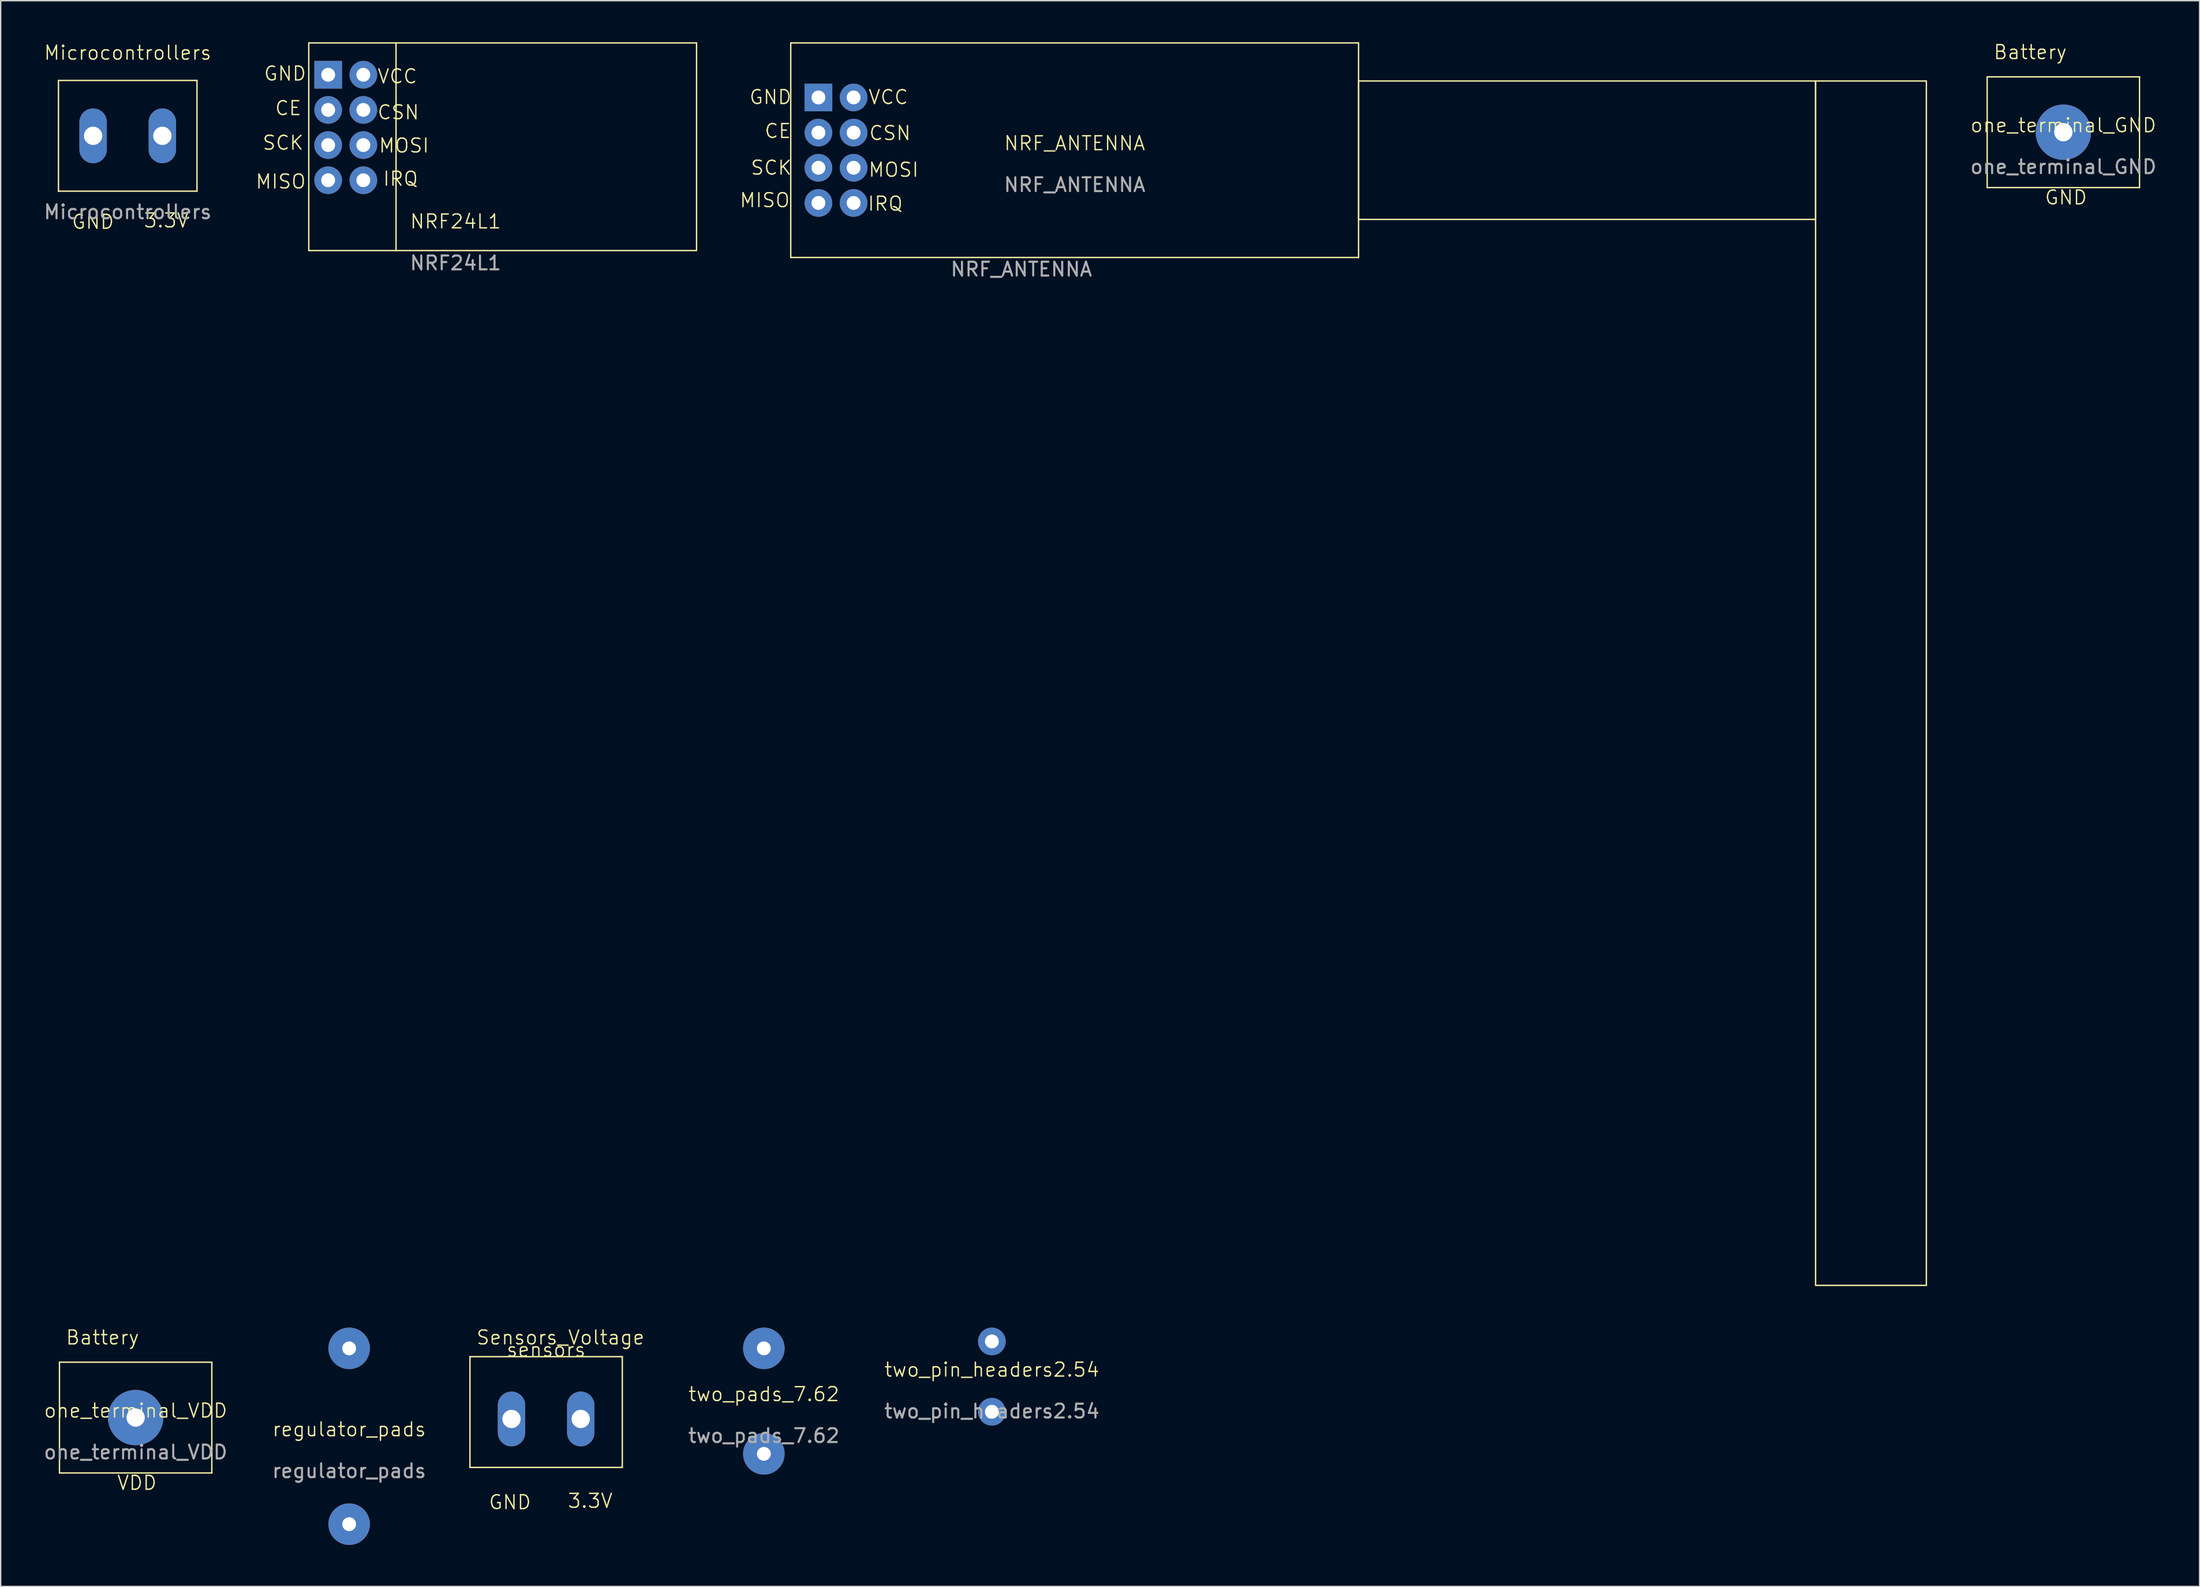
<source format=kicad_pcb>
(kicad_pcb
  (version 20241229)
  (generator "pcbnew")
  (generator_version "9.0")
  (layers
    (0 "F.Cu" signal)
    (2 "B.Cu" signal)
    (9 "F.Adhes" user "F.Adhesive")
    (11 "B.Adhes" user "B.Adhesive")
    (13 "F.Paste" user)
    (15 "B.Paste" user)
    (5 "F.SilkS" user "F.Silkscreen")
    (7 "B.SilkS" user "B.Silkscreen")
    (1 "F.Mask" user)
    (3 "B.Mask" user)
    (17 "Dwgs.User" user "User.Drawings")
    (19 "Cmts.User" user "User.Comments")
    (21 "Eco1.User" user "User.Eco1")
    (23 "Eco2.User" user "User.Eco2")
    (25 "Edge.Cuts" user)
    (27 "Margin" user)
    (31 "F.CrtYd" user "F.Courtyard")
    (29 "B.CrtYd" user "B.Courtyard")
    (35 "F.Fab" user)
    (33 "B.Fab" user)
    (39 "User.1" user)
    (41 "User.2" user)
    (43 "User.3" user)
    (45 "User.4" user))
  (footprint "regulator_pads"
    (layer "F.Cu")
    (at 22.161 100.7)
    (property "Reference" "regulator_pads" (at 0 -0.5 0) (unlocked yes) (layer "F.SilkS") (effects (font (size 1 1) (thickness 0.1))))
    (attr smd)
    (fp_text user "${REFERENCE}" (at 0 2.5 0) (unlocked yes) (layer "F.Fab") (effects (font (size 1 1) (thickness 0.15))))
    (pad "1" thru_hole circle (at 0 -6.35) (size 3 3) (drill 1) (layers "*.Cu" "*.Mask"))
    (pad "2" thru_hole circle (at 0 6.35) (size 3 3) (drill 1) (layers "*.Cu" "*.Mask")))
  (footprint "NRF_ANTENNA"
    (layer "F.Cu")
    (at 74.545 7.8)
    (property "Reference" "NRF_ANTENNA" (at 0 -0.5 0) (unlocked yes) (layer "F.SilkS") (effects (font (size 1 1) (thickness 0.1))))
    (attr through_hole)
    (fp_line (start -20.5 -7.75) (end -20.5 7.75) (stroke (width 0.1) (type default)) (layer "F.SilkS"))
    (fp_line (start -20.5 -7.75) (end 20.5 -7.75) (stroke (width 0.1) (type default)) (layer "F.SilkS"))
    (fp_line (start -20.5 7.75) (end 20.5 7.75) (stroke (width 0.1) (type default)) (layer "F.SilkS"))
    (fp_line (start 20.5 7.75) (end 20.5 -7.75) (stroke (width 0.1) (type default)) (layer "F.SilkS"))
    (fp_rect (start 20.5 -5) (end 53.5 5) (stroke (width 0.1) (type default)) (fill no) (layer "F.SilkS"))
    (fp_rect (start 53.5 -5) (end 61.5 82) (stroke (width 0.1) (type default)) (fill no) (layer "F.SilkS"))
    (fp_text user "CSN" (at -14.9 -0.65 0) (unlocked yes) (layer "F.SilkS") (effects (font (size 1 1) (thickness 0.1)) (justify left bottom)))
    (fp_text user "GND" (at -23.55 -3.25 0) (unlocked yes) (layer "F.SilkS") (effects (font (size 1 1) (thickness 0.1)) (justify left bottom)))
    (fp_text user "CE" (at -22.45 -0.8 0) (unlocked yes) (layer "F.SilkS") (effects (font (size 1 1) (thickness 0.1)) (justify left bottom)))
    (fp_text user "SCK" (at -23.45 1.85 0) (unlocked yes) (layer "F.SilkS") (effects (font (size 1 1) (thickness 0.1)) (justify left bottom)))
    (fp_text user "IRQ" (at -15 4.45 0) (unlocked yes) (layer "F.SilkS") (effects (font (size 1 1) (thickness 0.1)) (justify left bottom)))
    (fp_text user "MISO" (at -24.25 4.2 0) (unlocked yes) (layer "F.SilkS") (effects (font (size 1 1) (thickness 0.1)) (justify left bottom)))
    (fp_text user "VCC" (at -14.95 -3.25 0) (unlocked yes) (layer "F.SilkS") (effects (font (size 1 1) (thickness 0.1)) (justify left bottom)))
    (fp_text user "MOSI" (at -14.95 2 0) (unlocked yes) (layer "F.SilkS") (effects (font (size 1 1) (thickness 0.1)) (justify left bottom)))
    (fp_text user "${REFERENCE}" (at 0 2.5 0) (unlocked yes) (layer "F.Fab") (effects (font (size 1 1) (thickness 0.15))))
    (fp_text user "${REFERENCE}" (at -3.85 8.6 0) (unlocked yes) (layer "F.Fab") (effects (font (size 1 1) (thickness 0.15))))
    (pad "1" thru_hole rect (at -18.5 -3.81) (size 2 2) (drill 1) (layers "*.Cu" "*.Mask"))
    (pad "2" thru_hole circle (at -15.96 -3.81) (size 2 2) (drill 1) (layers "*.Cu" "*.Mask"))
    (pad "3" thru_hole circle (at -18.5 -1.27) (size 2 2) (drill 1) (layers "*.Cu" "*.Mask"))
    (pad "4" thru_hole circle (at -15.96 -1.27) (size 2 2) (drill 1) (layers "*.Cu" "*.Mask"))
    (pad "5" thru_hole circle (at -18.5 1.27) (size 2 2) (drill 1) (layers "*.Cu" "*.Mask"))
    (pad "6" thru_hole circle (at -15.96 1.27) (size 2 2) (drill 1) (layers "*.Cu" "*.Mask"))
    (pad "7" thru_hole circle (at -18.5 3.81) (size 2 2) (drill 1) (layers "*.Cu" "*.Mask"))
    (pad "8" thru_hole circle (at -15.96 3.81) (size 2 2) (drill 1) (layers "*.Cu" "*.Mask")))
  (footprint "Microcontrollers"
    (layer "F.Cu")
    (at 6.173 6.761)
    (property "Reference" "Microcontrollers" (at 0 -6 0) (unlocked yes) (layer "F.SilkS") (effects (font (size 1 1) (thickness 0.1))))
    (attr through_hole)
    (fp_line (start -5 -4) (end -5 4) (stroke (width 0.1) (type default)) (layer "F.SilkS"))
    (fp_line (start -5 -4) (end 5 -4) (stroke (width 0.1) (type default)) (layer "F.SilkS"))
    (fp_line (start -5 4) (end 5 4) (stroke (width 0.1) (type default)) (layer "F.SilkS"))
    (fp_line (start 5 -4) (end 5 4) (stroke (width 0.1) (type default)) (layer "F.SilkS"))
    (fp_text user "GND" (at -4.1 6.8 0) (unlocked yes) (layer "F.SilkS") (effects (font (size 1 1) (thickness 0.1)) (justify left bottom)))
    (fp_text user "3.3V" (at 1.1 6.7 0) (unlocked yes) (layer "F.SilkS") (effects (font (size 1 1) (thickness 0.1)) (justify left bottom)))
    (fp_text user "${REFERENCE}" (at 0 5.5 0) (unlocked yes) (layer "F.Fab") (effects (font (size 1 1) (thickness 0.15))))
    (pad "1" thru_hole oval (at 2.5 0) (size 1.98 3.96) (drill 1.32) (layers "*.Cu" "*.Mask"))
    (pad "2" thru_hole oval (at -2.5 0) (size 1.98 3.96) (drill 1.32) (layers "*.Cu" "*.Mask")))
  (footprint "NRF24L1"
    (layer "F.Cu")
    (at 33.245 7.55)
    (property "Reference" "NRF24L1" (at -3.4 5.4 0) (unlocked yes) (layer "F.SilkS") (effects (font (size 1 1) (thickness 0.1))))
    (attr through_hole)
    (fp_line (start -14 -7.5) (end -14 7.5) (stroke (width 0.1) (type default)) (layer "F.SilkS"))
    (fp_line (start -14 -7.5) (end 14 -7.5) (stroke (width 0.1) (type default)) (layer "F.SilkS"))
    (fp_line (start -14 7.5) (end 14 7.5) (stroke (width 0.1) (type default)) (layer "F.SilkS"))
    (fp_line (start -7.7 -7.5) (end -7.7 7.5) (stroke (width 0.1) (type default)) (layer "F.SilkS"))
    (fp_line (start 14 7.426) (end 14 -7.5) (stroke (width 0.1) (type default)) (layer "F.SilkS"))
    (fp_text user "CE" (at -16.5 -2.2 0) (unlocked yes) (layer "F.SilkS") (effects (font (size 1 1) (thickness 0.1)) (justify left bottom)))
    (fp_text user "SCK" (at -17.4 0.3 0) (unlocked yes) (layer "F.SilkS") (effects (font (size 1 1) (thickness 0.1)) (justify left bottom)))
    (fp_text user "VCC" (at -9.1 -4.5 0) (unlocked yes) (layer "F.SilkS") (effects (font (size 1 1) (thickness 0.1)) (justify left bottom)))
    (fp_text user "CSN" (at -9.1 -1.9 0) (unlocked yes) (layer "F.SilkS") (effects (font (size 1 1) (thickness 0.1)) (justify left bottom)))
    (fp_text user "IRQ" (at -8.7 2.9 0) (unlocked yes) (layer "F.SilkS") (effects (font (size 1 1) (thickness 0.1)) (justify left bottom)))
    (fp_text user "MOSI" (at -9 0.5 0) (unlocked yes) (layer "F.SilkS") (effects (font (size 1 1) (thickness 0.1)) (justify left bottom)))
    (fp_text user "GND" (at -17.3 -4.7 0) (unlocked yes) (layer "F.SilkS") (effects (font (size 1 1) (thickness 0.1)) (justify left bottom)))
    (fp_text user "MISO" (at -17.9 3.1 0) (unlocked yes) (layer "F.SilkS") (effects (font (size 1 1) (thickness 0.1)) (justify left bottom)))
    (fp_text user "${REFERENCE}" (at -3.4 8.4 0) (unlocked yes) (layer "F.Fab") (effects (font (size 1 1) (thickness 0.15))))
    (pad "1" thru_hole rect (at -12.6 -5.2) (size 2 2) (drill 1) (layers "*.Cu" "*.Mask"))
    (pad "2" thru_hole circle (at -10.06 -5.2) (size 2 2) (drill 1) (layers "*.Cu" "*.Mask"))
    (pad "3" thru_hole circle (at -12.6 -2.66) (size 2 2) (drill 1) (layers "*.Cu" "*.Mask"))
    (pad "4" thru_hole circle (at -10.06 -2.66) (size 2 2) (drill 1) (layers "*.Cu" "*.Mask"))
    (pad "5" thru_hole circle (at -12.6 -0.12) (size 2 2) (drill 1) (layers "*.Cu" "*.Mask"))
    (pad "6" thru_hole circle (at -10.06 -0.12) (size 2 2) (drill 1) (layers "*.Cu" "*.Mask"))
    (pad "7" thru_hole circle (at -12.6 2.42) (size 2 2) (drill 1) (layers "*.Cu" "*.Mask"))
    (pad "8" thru_hole circle (at -10.06 2.42) (size 2 2) (drill 1) (layers "*.Cu" "*.Mask")))
  (footprint "two_pin_headers2.54"
    (layer "F.Cu")
    (at 68.568 96.39)
    (property "Reference" "two_pin_headers2.54" (at 0 -0.5 0) (unlocked yes) (layer "F.SilkS") (effects (font (size 1 1) (thickness 0.1))))
    (attr smd)
    (fp_text user "${REFERENCE}" (at 0 2.5 0) (unlocked yes) (layer "F.Fab") (effects (font (size 1 1) (thickness 0.15))))
    (pad "1" thru_hole circle (at 0 -2.54) (size 2 2) (drill 1) (layers "*.Cu" "*.Mask"))
    (pad "2" thru_hole circle (at 0 2.54) (size 2 2) (drill 1) (layers "*.Cu" "*.Mask")))
  (footprint "sensors"
    (layer "F.Cu")
    (at 36.383 99.45)
    (property "Reference" "sensors" (at 0 -5 0) (unlocked yes) (layer "F.SilkS") (effects (font (size 1 1) (thickness 0.1))))
    (attr through_hole)
    (fp_line (start -5.5 -4.5) (end -5.5 3.5) (stroke (width 0.1) (type default)) (layer "F.SilkS"))
    (fp_line (start -5.5 -4.5) (end 5.5 -4.5) (stroke (width 0.1) (type default)) (layer "F.SilkS"))
    (fp_line (start -5.5 3.5) (end 5.5 3.5) (stroke (width 0.1) (type default)) (layer "F.SilkS"))
    (fp_line (start 5.5 -4.5) (end 5.5 3.5) (stroke (width 0.1) (type default)) (layer "F.SilkS"))
    (fp_text user "Sensors_Voltage" (at -5.1 -5.3 0) (unlocked yes) (layer "F.SilkS") (effects (font (size 1 1) (thickness 0.1)) (justify left bottom)))
    (fp_text user "3.3V" (at 1.5 6.5 0) (unlocked yes) (layer "F.SilkS") (effects (font (size 1 1) (thickness 0.1)) (justify left bottom)))
    (fp_text user "GND" (at -4.2 6.6 0) (unlocked yes) (layer "F.SilkS") (effects (font (size 1 1) (thickness 0.1)) (justify left bottom)))
    (pad "1" thru_hole oval (at 2.5 0) (size 1.98 3.96) (drill 1.32) (layers "*.Cu" "*.Mask"))
    (pad "2" thru_hole oval (at -2.5 0) (size 1.98 3.96) (drill 1.32) (layers "*.Cu" "*.Mask")))
  (footprint "two_pads_7.62"
    (layer "F.Cu")
    (at 52.104 98.16)
    (property "Reference" "two_pads_7.62" (at 0 -0.5 0) (unlocked yes) (layer "F.SilkS") (effects (font (size 1 1) (thickness 0.1))))
    (attr through_hole)
    (fp_text user "${REFERENCE}" (at 0 2.5 0) (unlocked yes) (layer "F.Fab") (effects (font (size 1 1) (thickness 0.15))))
    (pad "1" thru_hole circle (at 0 -3.81) (size 3 3) (drill 1) (layers "*.Cu" "*.Mask"))
    (pad "2" thru_hole circle (at 0 3.81) (size 3 3) (drill 1) (layers "*.Cu" "*.Mask")))
  (footprint "one_terminal_GND"
    (layer "F.Cu")
    (at 145.935 6.5)
    (property "Reference" "one_terminal_GND" (at 0 -0.5 0) (unlocked yes) (layer "F.SilkS") (effects (font (size 1 1) (thickness 0.1))))
    (attr smd)
    (fp_line (start -5.5 -4) (end -5.5 4) (stroke (width 0.1) (type default)) (layer "F.SilkS"))
    (fp_line (start -5.5 -4) (end 5.5 -4) (stroke (width 0.1) (type default)) (layer "F.SilkS"))
    (fp_line (start -5.5 4) (end 5.5 4) (stroke (width 0.1) (type default)) (layer "F.SilkS"))
    (fp_line (start 5.5 -4) (end 5.5 4) (stroke (width 0.1) (type default)) (layer "F.SilkS"))
    (fp_text user "Battery" (at -5.1 -5.2 0) (unlocked yes) (layer "F.SilkS") (effects (font (size 1 1) (thickness 0.1)) (justify left bottom)))
    (fp_text user "GND" (at -1.4 5.3 0) (unlocked yes) (layer "F.SilkS") (effects (font (size 1 1) (thickness 0.1)) (justify left bottom)))
    (fp_text user "${REFERENCE}" (at 0 2.5 0) (unlocked yes) (layer "F.Fab") (effects (font (size 1 1) (thickness 0.15))))
    (pad "1" thru_hole oval (at 0 0) (size 4 4) (drill 1.32) (layers "*.Cu" "*.Mask")))
  (footprint "one_terminal_VDD"
    (layer "F.Cu")
    (at 6.744 99.35)
    (property "Reference" "one_terminal_VDD" (at 0 -0.5 0) (unlocked yes) (layer "F.SilkS") (effects (font (size 1 1) (thickness 0.1))))
    (attr smd)
    (fp_line (start -5.5 -4) (end -5.5 4) (stroke (width 0.1) (type default)) (layer "F.SilkS"))
    (fp_line (start -5.5 -4) (end 5.5 -4) (stroke (width 0.1) (type default)) (layer "F.SilkS"))
    (fp_line (start -5.5 4) (end 5.5 4) (stroke (width 0.1) (type default)) (layer "F.SilkS"))
    (fp_line (start 5.5 -4) (end 5.5 4) (stroke (width 0.1) (type default)) (layer "F.SilkS"))
    (fp_text user "Battery" (at -5.1 -5.2 0) (unlocked yes) (layer "F.SilkS") (effects (font (size 1 1) (thickness 0.1)) (justify left bottom)))
    (fp_text user "VDD" (at -1.4 5.3 0) (unlocked yes) (layer "F.SilkS") (effects (font (size 1 1) (thickness 0.1)) (justify left bottom)))
    (fp_text user "${REFERENCE}" (at 0 2.5 0) (unlocked yes) (layer "F.Fab") (effects (font (size 1 1) (thickness 0.15))))
    (pad "1" thru_hole oval (at 0 0) (size 4 4) (drill 1.32) (layers "*.Cu" "*.Mask")))
  (gr_rect
    (start -3 -3)
    (end 155.774 111.55)
    (stroke (width 0.1) (type default))
    (fill no)
    (layer "Edge.Cuts")))
</source>
